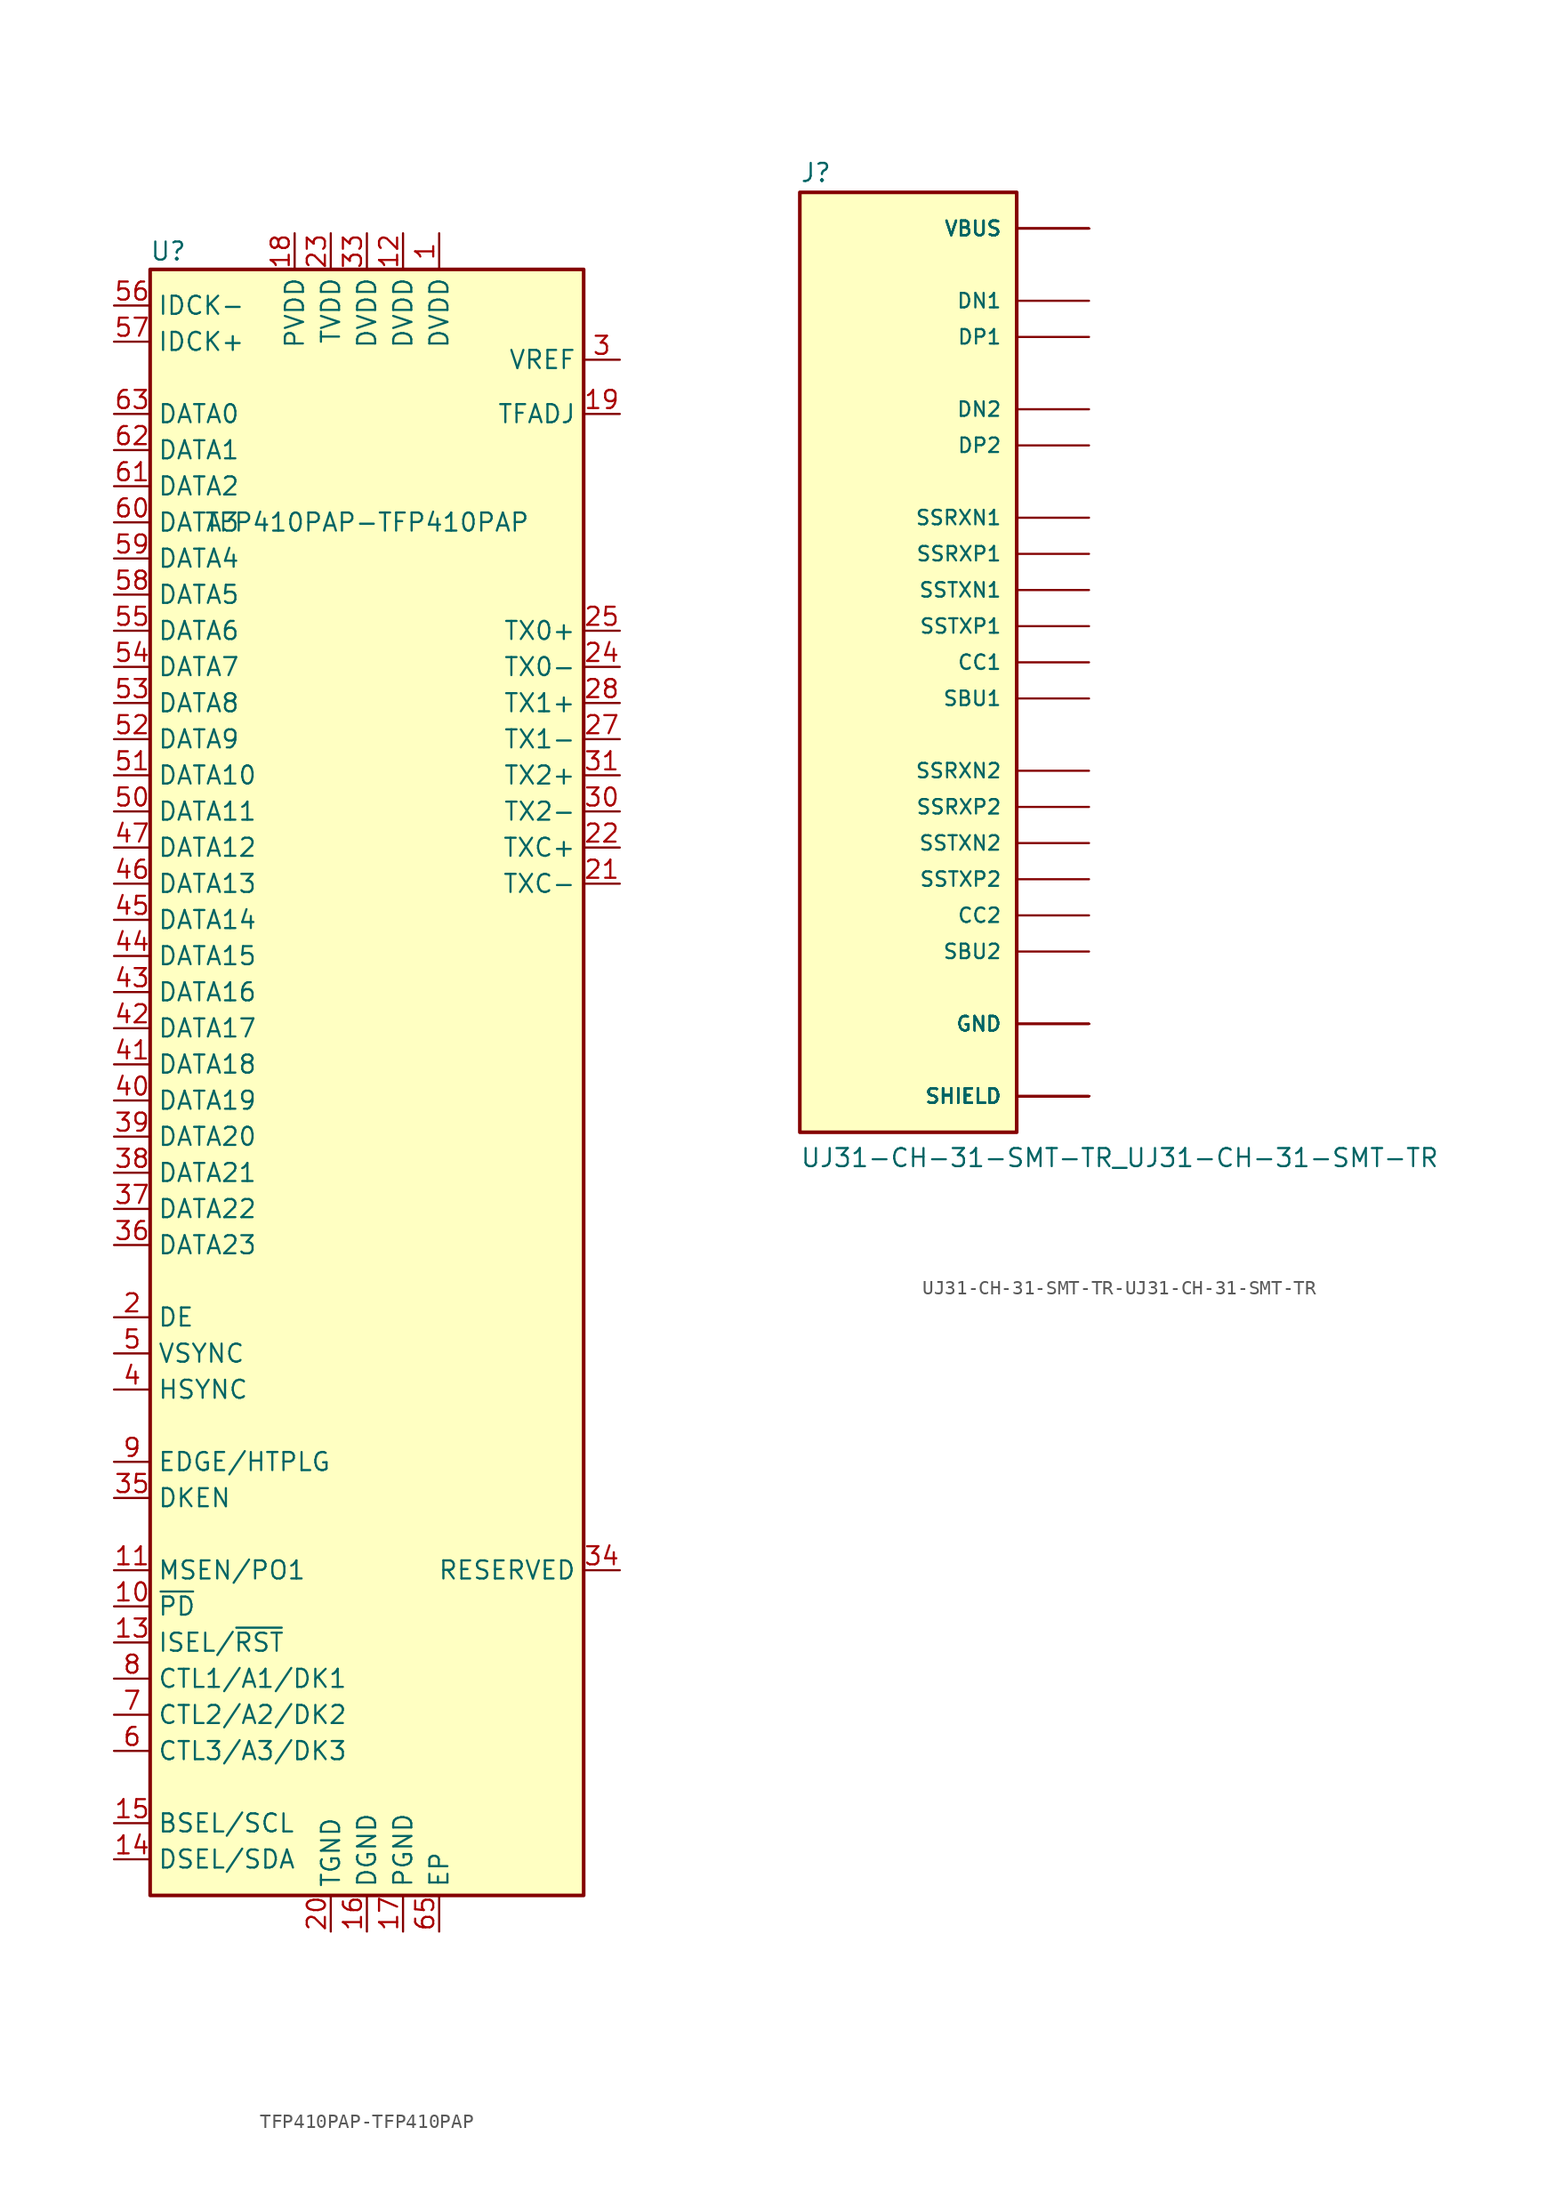
<source format=kicad_sym>
(kicad_symbol_lib
  (version 20220914)
  (generator kicad_symbol_editor)
  (symbol "TFP410PAP-TFP410PAP"
    (property "Reference" "U"
      (at -13.97 57.15 0)
      (effects (font (size 1.27 1.27))))
    (property "Value" "TFP410PAP-TFP410PAP"
      (at 0 38.1 0)
      (effects (font (size 1.27 1.27))))
    (symbol "TFP410PAP-TFP410PAP_0_1"
      (rectangle (start -15.24 55.88) (end 15.24 -58.42) (stroke (width 0.254) (type solid)) (fill (type background))))
    (symbol "TFP410PAP-TFP410PAP_1_1"
      (pin power_in line (at 5.08 58.42 270) (length 2.54) (name "DVDD" (effects (font (size 1.27 1.27)))) (number "1" (effects (font (size 1.27 1.27)))))
      (pin input line (at -17.78 -38.1 0) (length 2.54) (name "~{PD}" (effects (font (size 1.27 1.27)))) (number "10" (effects (font (size 1.27 1.27)))))
      (pin output line (at -17.78 -35.56 0) (length 2.54) (name "MSEN/PO1" (effects (font (size 1.27 1.27)))) (number "11" (effects (font (size 1.27 1.27)))))
      (pin power_in line (at 2.54 58.42 270) (length 2.54) (name "DVDD" (effects (font (size 1.27 1.27)))) (number "12" (effects (font (size 1.27 1.27)))))
      (pin input line (at -17.78 -40.64 0) (length 2.54) (name "ISEL/~{RST}" (effects (font (size 1.27 1.27)))) (number "13" (effects (font (size 1.27 1.27)))))
      (pin bidirectional line (at -17.78 -55.88 0) (length 2.54) (name "DSEL/SDA" (effects (font (size 1.27 1.27)))) (number "14" (effects (font (size 1.27 1.27)))))
      (pin input line (at -17.78 -53.34 0) (length 2.54) (name "BSEL/SCL" (effects (font (size 1.27 1.27)))) (number "15" (effects (font (size 1.27 1.27)))))
      (pin power_in line (at 0 -60.96 90) (length 2.54) (name "DGND" (effects (font (size 1.27 1.27)))) (number "16" (effects (font (size 1.27 1.27)))))
      (pin power_in line (at 2.54 -60.96 90) (length 2.54) (name "PGND" (effects (font (size 1.27 1.27)))) (number "17" (effects (font (size 1.27 1.27)))))
      (pin power_in line (at -5.08 58.42 270) (length 2.54) (name "PVDD" (effects (font (size 1.27 1.27)))) (number "18" (effects (font (size 1.27 1.27)))))
      (pin input line (at 17.78 45.72 180) (length 2.54) (name "TFADJ" (effects (font (size 1.27 1.27)))) (number "19" (effects (font (size 1.27 1.27)))))
      (pin input line (at -17.78 -17.78 0) (length 2.54) (name "DE" (effects (font (size 1.27 1.27)))) (number "2" (effects (font (size 1.27 1.27)))))
      (pin power_in line (at -2.54 -60.96 90) (length 2.54) (name "TGND" (effects (font (size 1.27 1.27)))) (number "20" (effects (font (size 1.27 1.27)))))
      (pin output line (at 17.78 12.7 180) (length 2.54) (name "TXC-" (effects (font (size 1.27 1.27)))) (number "21" (effects (font (size 1.27 1.27)))))
      (pin output line (at 17.78 15.24 180) (length 2.54) (name "TXC+" (effects (font (size 1.27 1.27)))) (number "22" (effects (font (size 1.27 1.27)))))
      (pin power_in line (at -2.54 58.42 270) (length 2.54) (name "TVDD" (effects (font (size 1.27 1.27)))) (number "23" (effects (font (size 1.27 1.27)))))
      (pin output line (at 17.78 27.94 180) (length 2.54) (name "TX0-" (effects (font (size 1.27 1.27)))) (number "24" (effects (font (size 1.27 1.27)))))
      (pin output line (at 17.78 30.48 180) (length 2.54) (name "TX0+" (effects (font (size 1.27 1.27)))) (number "25" (effects (font (size 1.27 1.27)))))
      (pin passive line (at -2.54 -60.96 90) (length 2.54) hide (name "TGND" (effects (font (size 1.27 1.27)))) (number "26" (effects (font (size 1.27 1.27)))))
      (pin output line (at 17.78 22.86 180) (length 2.54) (name "TX1-" (effects (font (size 1.27 1.27)))) (number "27" (effects (font (size 1.27 1.27)))))
      (pin output line (at 17.78 25.4 180) (length 2.54) (name "TX1+" (effects (font (size 1.27 1.27)))) (number "28" (effects (font (size 1.27 1.27)))))
      (pin passive line (at -2.54 58.42 270) (length 2.54) hide (name "TVDD" (effects (font (size 1.27 1.27)))) (number "29" (effects (font (size 1.27 1.27)))))
      (pin input line (at 17.78 49.53 180) (length 2.54) (name "VREF" (effects (font (size 1.27 1.27)))) (number "3" (effects (font (size 1.27 1.27)))))
      (pin output line (at 17.78 17.78 180) (length 2.54) (name "TX2-" (effects (font (size 1.27 1.27)))) (number "30" (effects (font (size 1.27 1.27)))))
      (pin output line (at 17.78 20.32 180) (length 2.54) (name "TX2+" (effects (font (size 1.27 1.27)))) (number "31" (effects (font (size 1.27 1.27)))))
      (pin passive line (at -2.54 -60.96 90) (length 2.54) hide (name "TGND" (effects (font (size 1.27 1.27)))) (number "32" (effects (font (size 1.27 1.27)))))
      (pin power_in line (at 0 58.42 270) (length 2.54) (name "DVDD" (effects (font (size 1.27 1.27)))) (number "33" (effects (font (size 1.27 1.27)))))
      (pin input line (at 17.78 -35.56 180) (length 2.54) (name "RESERVED" (effects (font (size 1.27 1.27)))) (number "34" (effects (font (size 1.27 1.27)))))
      (pin input line (at -17.78 -30.48 0) (length 2.54) (name "DKEN" (effects (font (size 1.27 1.27)))) (number "35" (effects (font (size 1.27 1.27)))))
      (pin input line (at -17.78 -12.7 0) (length 2.54) (name "DATA23" (effects (font (size 1.27 1.27)))) (number "36" (effects (font (size 1.27 1.27)))))
      (pin input line (at -17.78 -10.16 0) (length 2.54) (name "DATA22" (effects (font (size 1.27 1.27)))) (number "37" (effects (font (size 1.27 1.27)))))
      (pin input line (at -17.78 -7.62 0) (length 2.54) (name "DATA21" (effects (font (size 1.27 1.27)))) (number "38" (effects (font (size 1.27 1.27)))))
      (pin input line (at -17.78 -5.08 0) (length 2.54) (name "DATA20" (effects (font (size 1.27 1.27)))) (number "39" (effects (font (size 1.27 1.27)))))
      (pin input line (at -17.78 -22.86 0) (length 2.54) (name "HSYNC" (effects (font (size 1.27 1.27)))) (number "4" (effects (font (size 1.27 1.27)))))
      (pin input line (at -17.78 -2.54 0) (length 2.54) (name "DATA19" (effects (font (size 1.27 1.27)))) (number "40" (effects (font (size 1.27 1.27)))))
      (pin input line (at -17.78 0 0) (length 2.54) (name "DATA18" (effects (font (size 1.27 1.27)))) (number "41" (effects (font (size 1.27 1.27)))))
      (pin input line (at -17.78 2.54 0) (length 2.54) (name "DATA17" (effects (font (size 1.27 1.27)))) (number "42" (effects (font (size 1.27 1.27)))))
      (pin input line (at -17.78 5.08 0) (length 2.54) (name "DATA16" (effects (font (size 1.27 1.27)))) (number "43" (effects (font (size 1.27 1.27)))))
      (pin input line (at -17.78 7.62 0) (length 2.54) (name "DATA15" (effects (font (size 1.27 1.27)))) (number "44" (effects (font (size 1.27 1.27)))))
      (pin input line (at -17.78 10.16 0) (length 2.54) (name "DATA14" (effects (font (size 1.27 1.27)))) (number "45" (effects (font (size 1.27 1.27)))))
      (pin input line (at -17.78 12.7 0) (length 2.54) (name "DATA13" (effects (font (size 1.27 1.27)))) (number "46" (effects (font (size 1.27 1.27)))))
      (pin input line (at -17.78 15.24 0) (length 2.54) (name "DATA12" (effects (font (size 1.27 1.27)))) (number "47" (effects (font (size 1.27 1.27)))))
      (pin passive line (at 0 -60.96 90) (length 2.54) hide (name "DGND" (effects (font (size 1.27 1.27)))) (number "48" (effects (font (size 1.27 1.27)))))
      (pin no_connect line (at 15.24 -33.02 180) (length 2.54) hide (name "NC" (effects (font (size 1.27 1.27)))) (number "49" (effects (font (size 1.27 1.27)))))
      (pin input line (at -17.78 -20.32 0) (length 2.54) (name "VSYNC" (effects (font (size 1.27 1.27)))) (number "5" (effects (font (size 1.27 1.27)))))
      (pin input line (at -17.78 17.78 0) (length 2.54) (name "DATA11" (effects (font (size 1.27 1.27)))) (number "50" (effects (font (size 1.27 1.27)))))
      (pin input line (at -17.78 20.32 0) (length 2.54) (name "DATA10" (effects (font (size 1.27 1.27)))) (number "51" (effects (font (size 1.27 1.27)))))
      (pin input line (at -17.78 22.86 0) (length 2.54) (name "DATA9" (effects (font (size 1.27 1.27)))) (number "52" (effects (font (size 1.27 1.27)))))
      (pin input line (at -17.78 25.4 0) (length 2.54) (name "DATA8" (effects (font (size 1.27 1.27)))) (number "53" (effects (font (size 1.27 1.27)))))
      (pin input line (at -17.78 27.94 0) (length 2.54) (name "DATA7" (effects (font (size 1.27 1.27)))) (number "54" (effects (font (size 1.27 1.27)))))
      (pin input line (at -17.78 30.48 0) (length 2.54) (name "DATA6" (effects (font (size 1.27 1.27)))) (number "55" (effects (font (size 1.27 1.27)))))
      (pin input line (at -17.78 53.34 0) (length 2.54) (name "IDCK-" (effects (font (size 1.27 1.27)))) (number "56" (effects (font (size 1.27 1.27)))))
      (pin input line (at -17.78 50.8 0) (length 2.54) (name "IDCK+" (effects (font (size 1.27 1.27)))) (number "57" (effects (font (size 1.27 1.27)))))
      (pin input line (at -17.78 33.02 0) (length 2.54) (name "DATA5" (effects (font (size 1.27 1.27)))) (number "58" (effects (font (size 1.27 1.27)))))
      (pin input line (at -17.78 35.56 0) (length 2.54) (name "DATA4" (effects (font (size 1.27 1.27)))) (number "59" (effects (font (size 1.27 1.27)))))
      (pin input line (at -17.78 -48.26 0) (length 2.54) (name "CTL3/A3/DK3" (effects (font (size 1.27 1.27)))) (number "6" (effects (font (size 1.27 1.27)))))
      (pin input line (at -17.78 38.1 0) (length 2.54) (name "DATA3" (effects (font (size 1.27 1.27)))) (number "60" (effects (font (size 1.27 1.27)))))
      (pin input line (at -17.78 40.64 0) (length 2.54) (name "DATA2" (effects (font (size 1.27 1.27)))) (number "61" (effects (font (size 1.27 1.27)))))
      (pin input line (at -17.78 43.18 0) (length 2.54) (name "DATA1" (effects (font (size 1.27 1.27)))) (number "62" (effects (font (size 1.27 1.27)))))
      (pin input line (at -17.78 45.72 0) (length 2.54) (name "DATA0" (effects (font (size 1.27 1.27)))) (number "63" (effects (font (size 1.27 1.27)))))
      (pin passive line (at 0 -60.96 90) (length 2.54) hide (name "DGND" (effects (font (size 1.27 1.27)))) (number "64" (effects (font (size 1.27 1.27)))))
      (pin power_in line (at 5.08 -60.96 90) (length 2.54) (name "EP" (effects (font (size 1.27 1.27)))) (number "65" (effects (font (size 1.27 1.27)))))
      (pin input line (at -17.78 -45.72 0) (length 2.54) (name "CTL2/A2/DK2" (effects (font (size 1.27 1.27)))) (number "7" (effects (font (size 1.27 1.27)))))
      (pin input line (at -17.78 -43.18 0) (length 2.54) (name "CTL1/A1/DK1" (effects (font (size 1.27 1.27)))) (number "8" (effects (font (size 1.27 1.27)))))
      (pin input line (at -17.78 -27.94 0) (length 2.54) (name "EDGE/HTPLG" (effects (font (size 1.27 1.27)))) (number "9" (effects (font (size 1.27 1.27)))))))
  (symbol "UJ31-CH-31-SMT-TR-UJ31-CH-31-SMT-TR"
    (pin_numbers hide)
    (pin_names
      (offset 1.016))
    (property "Reference" "J"
      (at -7.62 33.655 0)
      (effects (font (size 1.27 1.27)) (justify left bottom)))
    (property "Value" "UJ31-CH-31-SMT-TR_UJ31-CH-31-SMT-TR"
      (at -7.62 -35.56 0)
      (effects (font (size 1.27 1.27)) (justify left bottom)))
    (symbol "UJ31-CH-31-SMT-TR-UJ31-CH-31-SMT-TR_0_0"
      (rectangle (start -7.62 -33.02) (end 7.62 33.02) (stroke (width 0.254) (type solid)) (fill (type background)))
      (pin passive line (at 12.7 -30.48 180) (length 5.08) (name "SHIELD" (effects (font (size 1.016 1.016)))) (number "1" (effects (font (size 1.016 1.016)))))
      (pin passive line (at 12.7 -30.48 180) (length 5.08) (name "SHIELD" (effects (font (size 1.016 1.016)))) (number "2" (effects (font (size 1.016 1.016)))))
      (pin passive line (at 12.7 -30.48 180) (length 5.08) (name "SHIELD" (effects (font (size 1.016 1.016)))) (number "3" (effects (font (size 1.016 1.016)))))
      (pin passive line (at 12.7 -30.48 180) (length 5.08) (name "SHIELD" (effects (font (size 1.016 1.016)))) (number "4" (effects (font (size 1.016 1.016)))))
      (pin passive line (at 12.7 -30.48 180) (length 5.08) (name "SHIELD" (effects (font (size 1.016 1.016)))) (number "5" (effects (font (size 1.016 1.016)))))
      (pin passive line (at 12.7 -30.48 180) (length 5.08) (name "SHIELD" (effects (font (size 1.016 1.016)))) (number "6" (effects (font (size 1.016 1.016)))))
      (pin power_in line (at 12.7 -25.4 180) (length 5.08) (name "GND" (effects (font (size 1.016 1.016)))) (number "A1" (effects (font (size 1.016 1.016)))))
      (pin bidirectional line (at 12.7 -7.62 180) (length 5.08) (name "SSRXN2" (effects (font (size 1.016 1.016)))) (number "A10" (effects (font (size 1.016 1.016)))))
      (pin bidirectional line (at 12.7 -10.16 180) (length 5.08) (name "SSRXP2" (effects (font (size 1.016 1.016)))) (number "A11" (effects (font (size 1.016 1.016)))))
      (pin power_in line (at 12.7 -25.4 180) (length 5.08) (name "GND" (effects (font (size 1.016 1.016)))) (number "A12" (effects (font (size 1.016 1.016)))))
      (pin bidirectional line (at 12.7 2.54 180) (length 5.08) (name "SSTXP1" (effects (font (size 1.016 1.016)))) (number "A2" (effects (font (size 1.016 1.016)))))
      (pin bidirectional line (at 12.7 5.08 180) (length 5.08) (name "SSTXN1" (effects (font (size 1.016 1.016)))) (number "A3" (effects (font (size 1.016 1.016)))))
      (pin power_in line (at 12.7 30.48 180) (length 5.08) (name "VBUS" (effects (font (size 1.016 1.016)))) (number "A4" (effects (font (size 1.016 1.016)))))
      (pin bidirectional line (at 12.7 0 180) (length 5.08) (name "CC1" (effects (font (size 1.016 1.016)))) (number "A5" (effects (font (size 1.016 1.016)))))
      (pin bidirectional line (at 12.7 22.86 180) (length 5.08) (name "DP1" (effects (font (size 1.016 1.016)))) (number "A6" (effects (font (size 1.016 1.016)))))
      (pin bidirectional line (at 12.7 25.4 180) (length 5.08) (name "DN1" (effects (font (size 1.016 1.016)))) (number "A7" (effects (font (size 1.016 1.016)))))
      (pin bidirectional line (at 12.7 -2.54 180) (length 5.08) (name "SBU1" (effects (font (size 1.016 1.016)))) (number "A8" (effects (font (size 1.016 1.016)))))
      (pin power_in line (at 12.7 30.48 180) (length 5.08) (name "VBUS" (effects (font (size 1.016 1.016)))) (number "A9" (effects (font (size 1.016 1.016)))))
      (pin power_in line (at 12.7 -25.4 180) (length 5.08) (name "GND" (effects (font (size 1.016 1.016)))) (number "B1" (effects (font (size 1.016 1.016)))))
      (pin bidirectional line (at 12.7 10.16 180) (length 5.08) (name "SSRXN1" (effects (font (size 1.016 1.016)))) (number "B10" (effects (font (size 1.016 1.016)))))
      (pin bidirectional line (at 12.7 7.62 180) (length 5.08) (name "SSRXP1" (effects (font (size 1.016 1.016)))) (number "B11" (effects (font (size 1.016 1.016)))))
      (pin power_in line (at 12.7 -25.4 180) (length 5.08) (name "GND" (effects (font (size 1.016 1.016)))) (number "B12" (effects (font (size 1.016 1.016)))))
      (pin bidirectional line (at 12.7 -15.24 180) (length 5.08) (name "SSTXP2" (effects (font (size 1.016 1.016)))) (number "B2" (effects (font (size 1.016 1.016)))))
      (pin bidirectional line (at 12.7 -12.7 180) (length 5.08) (name "SSTXN2" (effects (font (size 1.016 1.016)))) (number "B3" (effects (font (size 1.016 1.016)))))
      (pin power_in line (at 12.7 30.48 180) (length 5.08) (name "VBUS" (effects (font (size 1.016 1.016)))) (number "B4" (effects (font (size 1.016 1.016)))))
      (pin bidirectional line (at 12.7 -17.78 180) (length 5.08) (name "CC2" (effects (font (size 1.016 1.016)))) (number "B5" (effects (font (size 1.016 1.016)))))
      (pin bidirectional line (at 12.7 15.24 180) (length 5.08) (name "DP2" (effects (font (size 1.016 1.016)))) (number "B6" (effects (font (size 1.016 1.016)))))
      (pin bidirectional line (at 12.7 17.78 180) (length 5.08) (name "DN2" (effects (font (size 1.016 1.016)))) (number "B7" (effects (font (size 1.016 1.016)))))
      (pin bidirectional line (at 12.7 -20.32 180) (length 5.08) (name "SBU2" (effects (font (size 1.016 1.016)))) (number "B8" (effects (font (size 1.016 1.016)))))
      (pin power_in line (at 12.7 30.48 180) (length 5.08) (name "VBUS" (effects (font (size 1.016 1.016)))) (number "B9" (effects (font (size 1.016 1.016)))))
      (pin passive line (at 12.7 -30.48 180) (length 5.08) (name "SHIELD" (effects (font (size 1.016 1.016)))) (number "S1" (effects (font (size 1.016 1.016)))))
      (pin passive line (at 12.7 -30.48 180) (length 5.08) (name "SHIELD" (effects (font (size 1.016 1.016)))) (number "S2" (effects (font (size 1.016 1.016))))))))
</source>
